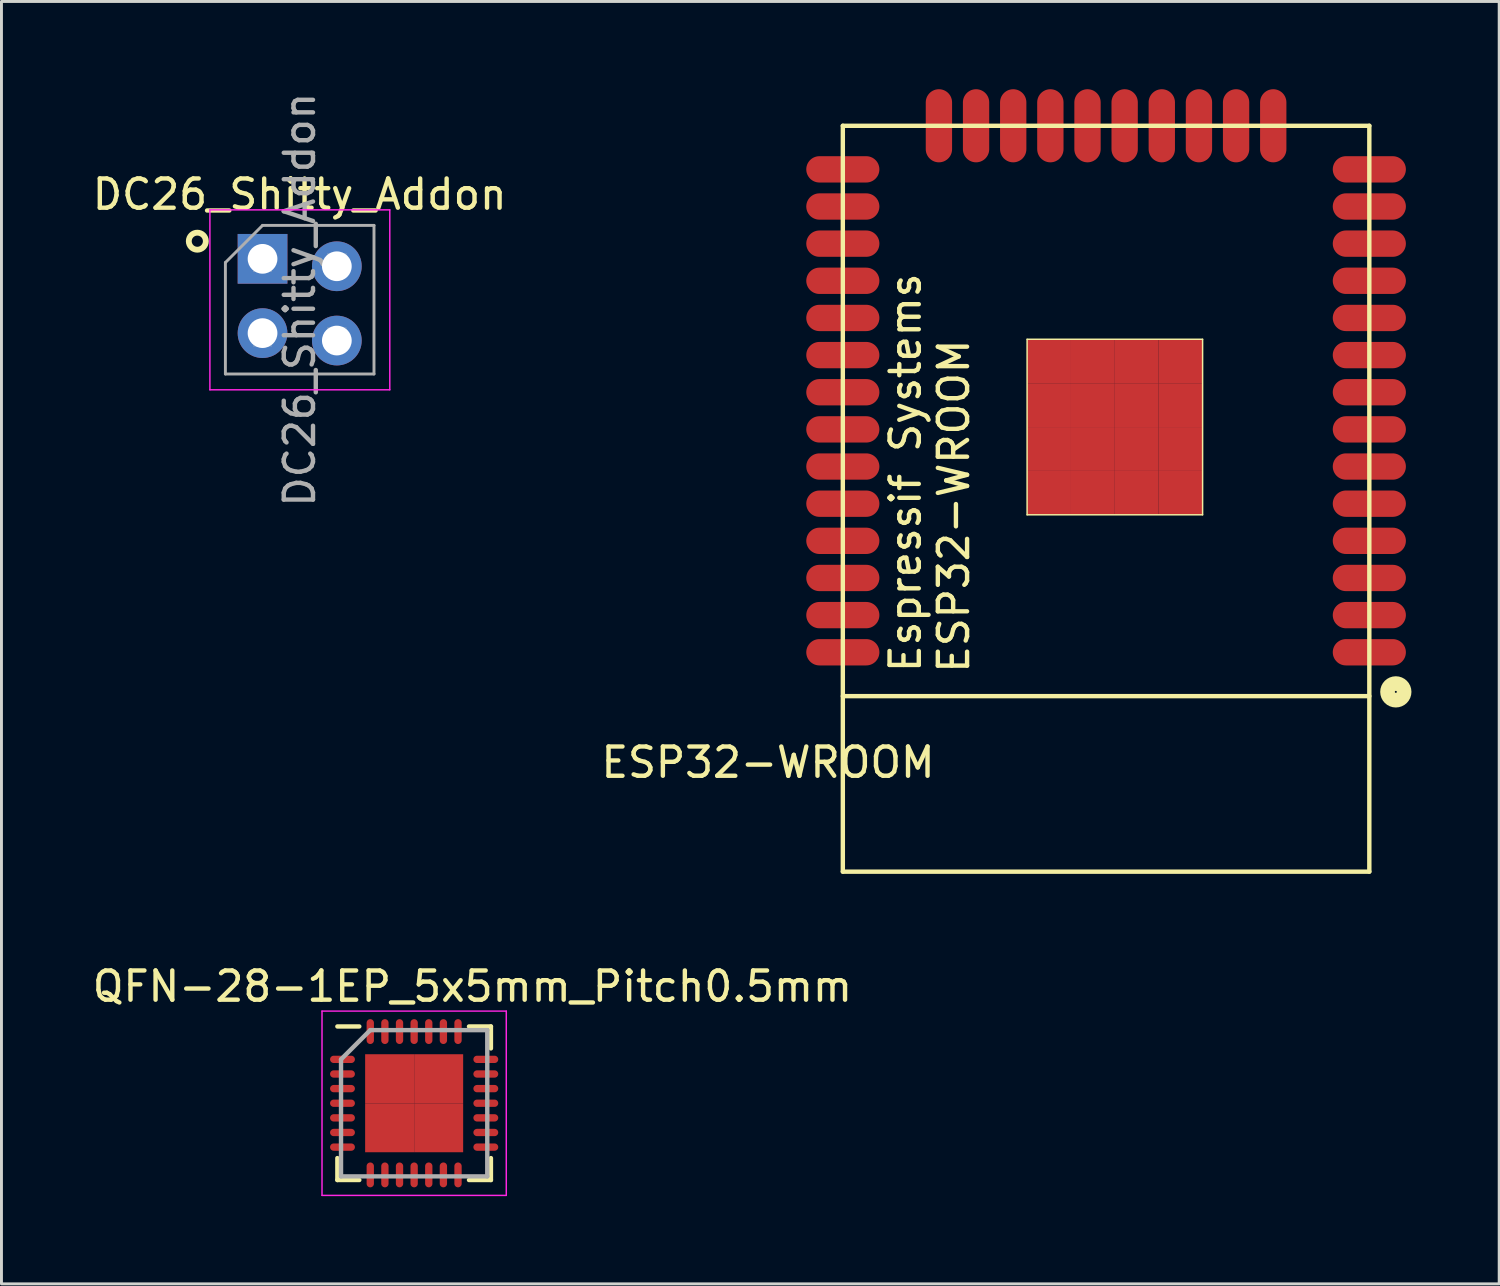
<source format=kicad_pcb>
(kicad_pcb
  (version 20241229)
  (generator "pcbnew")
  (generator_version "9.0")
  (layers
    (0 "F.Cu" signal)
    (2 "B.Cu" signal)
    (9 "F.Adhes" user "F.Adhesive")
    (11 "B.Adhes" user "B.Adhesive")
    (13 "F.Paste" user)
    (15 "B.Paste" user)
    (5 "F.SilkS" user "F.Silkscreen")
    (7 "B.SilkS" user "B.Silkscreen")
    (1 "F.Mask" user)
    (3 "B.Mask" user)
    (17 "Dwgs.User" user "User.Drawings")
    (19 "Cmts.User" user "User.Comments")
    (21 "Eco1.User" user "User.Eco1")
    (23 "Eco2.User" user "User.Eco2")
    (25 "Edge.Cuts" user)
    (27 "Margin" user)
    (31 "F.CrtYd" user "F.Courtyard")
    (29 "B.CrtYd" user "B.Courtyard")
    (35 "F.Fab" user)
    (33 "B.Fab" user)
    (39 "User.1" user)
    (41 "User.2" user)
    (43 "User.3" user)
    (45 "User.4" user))
  (footprint "ESP32-WROOM"
    (layer "F.Cu")
    (at 34.765 14)
    (property "Reference" "ESP32-WROOM" (at -11.557 9.017 0) (layer "F.SilkS") (effects (font (size 1 1) (thickness 0.15))))
    (attr smd)
    (fp_line (start -9 -12.75) (end 9 -12.75) (stroke (width 0.15) (type solid)) (layer "F.SilkS"))
    (fp_line (start -9 6.75) (end 9 6.75) (stroke (width 0.15) (type solid)) (layer "F.SilkS"))
    (fp_line (start -9 12.75) (end -9 -12.75) (stroke (width 0.15) (type solid)) (layer "F.SilkS"))
    (fp_line (start -9 12.75) (end 9 12.75) (stroke (width 0.15) (type solid)) (layer "F.SilkS"))
    (fp_line (start -2.7 -5.45) (end -2.7 0.55) (stroke (width 0.05) (type solid)) (layer "F.SilkS"))
    (fp_line (start -2.7 0.55) (end 3.3 0.55) (stroke (width 0.05) (type solid)) (layer "F.SilkS"))
    (fp_line (start 3.3 -5.45) (end -2.7 -5.45) (stroke (width 0.05) (type solid)) (layer "F.SilkS"))
    (fp_line (start 3.3 0.55) (end 3.3 -5.45) (stroke (width 0.05) (type solid)) (layer "F.SilkS"))
    (fp_line (start 9 12.75) (end 9 -12.75) (stroke (width 0.15) (type solid)) (layer "F.SilkS"))
    (fp_circle (center 9.906 6.604) (end 10.033 6.858) (stroke (width 0.5) (type solid)) (fill no) (layer "F.SilkS"))
    (fp_text user "ESP32-WROOM" (at -5.207 0.254 90) (layer "F.SilkS") (effects (font (size 1 1) (thickness 0.15))))
    (fp_text user "Espressif Systems" (at -6.858 -0.889 90) (layer "F.SilkS") (effects (font (size 1 1) (thickness 0.15))))
    (pad "1" smd oval (at 9 5.25) (size 2.5 0.9) (layers "F.Cu" "F.Mask" "F.Paste"))
    (pad "2" smd oval (at 9 3.98) (size 2.5 0.9) (layers "F.Cu" "F.Mask" "F.Paste"))
    (pad "3" smd oval (at 9 2.71) (size 2.5 0.9) (layers "F.Cu" "F.Mask" "F.Paste"))
    (pad "4" smd oval (at 9 1.44) (size 2.5 0.9) (layers "F.Cu" "F.Mask" "F.Paste"))
    (pad "5" smd oval (at 9 0.17) (size 2.5 0.9) (layers "F.Cu" "F.Mask" "F.Paste"))
    (pad "6" smd oval (at 9 -1.1) (size 2.5 0.9) (layers "F.Cu" "F.Mask" "F.Paste"))
    (pad "7" smd oval (at 9 -2.37) (size 2.5 0.9) (layers "F.Cu" "F.Mask" "F.Paste"))
    (pad "8" smd oval (at 9 -3.64) (size 2.5 0.9) (layers "F.Cu" "F.Mask" "F.Paste"))
    (pad "9" smd oval (at 9 -4.91) (size 2.5 0.9) (layers "F.Cu" "F.Mask" "F.Paste"))
    (pad "10" smd oval (at 9 -6.18) (size 2.5 0.9) (layers "F.Cu" "F.Mask" "F.Paste"))
    (pad "11" smd oval (at 9 -7.45) (size 2.5 0.9) (layers "F.Cu" "F.Mask" "F.Paste"))
    (pad "12" smd oval (at 9 -8.72) (size 2.5 0.9) (layers "F.Cu" "F.Mask" "F.Paste"))
    (pad "13" smd oval (at 9 -9.99) (size 2.5 0.9) (layers "F.Cu" "F.Mask" "F.Paste"))
    (pad "14" smd oval (at 9 -11.26) (size 2.5 0.9) (layers "F.Cu" "F.Mask" "F.Paste"))
    (pad "15" smd oval (at 5.715 -12.75) (size 0.9 2.5) (layers "F.Cu" "F.Mask" "F.Paste"))
    (pad "16" smd oval (at 4.445 -12.75) (size 0.9 2.5) (layers "F.Cu" "F.Mask" "F.Paste"))
    (pad "17" smd oval (at 3.175 -12.75) (size 0.9 2.5) (layers "F.Cu" "F.Mask" "F.Paste"))
    (pad "18" smd oval (at 1.905 -12.75) (size 0.9 2.5) (layers "F.Cu" "F.Mask" "F.Paste"))
    (pad "19" smd oval (at 0.635 -12.75) (size 0.9 2.5) (layers "F.Cu" "F.Mask" "F.Paste"))
    (pad "20" smd oval (at -0.635 -12.75) (size 0.9 2.5) (layers "F.Cu" "F.Mask" "F.Paste"))
    (pad "21" smd oval (at -1.905 -12.75) (size 0.9 2.5) (layers "F.Cu" "F.Mask" "F.Paste"))
    (pad "22" smd oval (at -3.175 -12.75) (size 0.9 2.5) (layers "F.Cu" "F.Mask" "F.Paste"))
    (pad "23" smd oval (at -4.445 -12.75) (size 0.9 2.5) (layers "F.Cu" "F.Mask" "F.Paste"))
    (pad "24" smd oval (at -5.715 -12.75) (size 0.9 2.5) (layers "F.Cu" "F.Mask" "F.Paste"))
    (pad "25" smd oval (at -9 -11.26) (size 2.5 0.9) (layers "F.Cu" "F.Mask" "F.Paste"))
    (pad "26" smd oval (at -9 -9.99) (size 2.5 0.9) (layers "F.Cu" "F.Mask" "F.Paste"))
    (pad "27" smd oval (at -9 -8.72) (size 2.5 0.9) (layers "F.Cu" "F.Mask" "F.Paste"))
    (pad "28" smd oval (at -9 -7.45) (size 2.5 0.9) (layers "F.Cu" "F.Mask" "F.Paste"))
    (pad "29" smd oval (at -9 -6.18) (size 2.5 0.9) (layers "F.Cu" "F.Mask" "F.Paste"))
    (pad "30" smd oval (at -9 -4.91) (size 2.5 0.9) (layers "F.Cu" "F.Mask" "F.Paste"))
    (pad "31" smd oval (at -9 -3.64) (size 2.5 0.9) (layers "F.Cu" "F.Mask" "F.Paste"))
    (pad "32" smd oval (at -9 -2.37) (size 2.5 0.9) (layers "F.Cu" "F.Mask" "F.Paste"))
    (pad "33" smd oval (at -9 -1.1) (size 2.5 0.9) (layers "F.Cu" "F.Mask" "F.Paste"))
    (pad "34" smd oval (at -9 0.17) (size 2.5 0.9) (layers "F.Cu" "F.Mask" "F.Paste"))
    (pad "35" smd oval (at -9 1.44) (size 2.5 0.9) (layers "F.Cu" "F.Mask" "F.Paste"))
    (pad "36" smd oval (at -9 2.71) (size 2.5 0.9) (layers "F.Cu" "F.Mask" "F.Paste"))
    (pad "37" smd oval (at -9 3.98) (size 2.5 0.9) (layers "F.Cu" "F.Mask" "F.Paste"))
    (pad "38" smd oval (at -9 5.25) (size 2.5 0.9) (layers "F.Cu" "F.Mask" "F.Paste"))
    (pad "39" smd rect (at -1.95 -4.7) (size 1.5 1.5) (layers "F.Cu" "F.Mask" "F.Paste"))
    (pad "39" smd rect (at -1.95 -3.2) (size 1.5 1.5) (layers "F.Cu" "F.Mask" "F.Paste"))
    (pad "39" smd rect (at -1.95 -1.7) (size 1.5 1.5) (layers "F.Cu" "F.Mask" "F.Paste"))
    (pad "39" smd rect (at -1.95 -0.2) (size 1.5 1.5) (layers "F.Cu" "F.Mask" "F.Paste"))
    (pad "39" smd rect (at -0.45 -4.7) (size 1.5 1.5) (layers "F.Cu" "F.Mask" "F.Paste"))
    (pad "39" smd rect (at -0.45 -3.2) (size 1.5 1.5) (layers "F.Cu" "F.Mask" "F.Paste"))
    (pad "39" smd rect (at -0.45 -1.7) (size 1.5 1.5) (layers "F.Cu" "F.Mask" "F.Paste"))
    (pad "39" smd rect (at -0.45 -0.2) (size 1.5 1.5) (layers "F.Cu" "F.Mask" "F.Paste"))
    (pad "39" smd rect (at 1.05 -4.7) (size 1.5 1.5) (layers "F.Cu" "F.Mask" "F.Paste"))
    (pad "39" smd rect (at 1.05 -3.2) (size 1.5 1.5) (layers "F.Cu" "F.Mask" "F.Paste"))
    (pad "39" smd rect (at 1.05 -1.7) (size 1.5 1.5) (layers "F.Cu" "F.Mask" "F.Paste"))
    (pad "39" smd rect (at 1.05 -0.2) (size 1.5 1.5) (layers "F.Cu" "F.Mask" "F.Paste"))
    (pad "39" smd rect (at 2.55 -4.7) (size 1.5 1.5) (layers "F.Cu" "F.Mask" "F.Paste"))
    (pad "39" smd rect (at 2.55 -3.2) (size 1.5 1.5) (layers "F.Cu" "F.Mask" "F.Paste"))
    (pad "39" smd rect (at 2.55 -1.7) (size 1.5 1.5) (layers "F.Cu" "F.Mask" "F.Paste"))
    (pad "39" smd rect (at 2.55 -0.2) (size 1.5 1.5) (layers "F.Cu" "F.Mask" "F.Paste")))
  (footprint "DC26_Shitty_Addon"
    (layer "F.Cu")
    (at 7.196 7.196)
    (property "Reference" "DC26_Shitty_Addon" (at 0 -3.6 0) (layer "F.SilkS") (effects (font (size 1 1) (thickness 0.15))))
    (attr through_hole)
    (fp_circle (center -3.5 -2) (end -3.35 -1.75) (stroke (width 0.2) (type solid)) (fill no) (layer "F.SilkS"))
    (fp_line (start -3.07 -3.07) (end -3.07 3.08) (stroke (width 0.05) (type solid)) (layer "F.CrtYd"))
    (fp_line (start -3.07 3.08) (end 3.08 3.08) (stroke (width 0.05) (type solid)) (layer "F.CrtYd"))
    (fp_line (start 3.08 -3.07) (end -3.07 -3.07) (stroke (width 0.05) (type solid)) (layer "F.CrtYd"))
    (fp_line (start 3.08 3.08) (end 3.08 -3.07) (stroke (width 0.05) (type solid)) (layer "F.CrtYd"))
    (fp_line (start -2.54 -1.27) (end -1.27 -2.54) (stroke (width 0.1) (type solid)) (layer "F.Fab"))
    (fp_line (start -2.54 2.54) (end -2.54 -1.27) (stroke (width 0.1) (type solid)) (layer "F.Fab"))
    (fp_line (start -1.587 -1.587) (end -0.953 -1.587) (stroke (width 0.01) (type solid)) (layer "F.Fab"))
    (fp_line (start -1.587 -0.953) (end -1.587 -1.587) (stroke (width 0.01) (type solid)) (layer "F.Fab"))
    (fp_line (start -1.587 -0.953) (end -0.953 -0.953) (stroke (width 0.01) (type solid)) (layer "F.Fab"))
    (fp_line (start -1.587 0.953) (end -0.953 0.953) (stroke (width 0.01) (type solid)) (layer "F.Fab"))
    (fp_line (start -1.587 1.587) (end -1.587 0.953) (stroke (width 0.01) (type solid)) (layer "F.Fab"))
    (fp_line (start -1.587 1.587) (end -0.953 1.587) (stroke (width 0.01) (type solid)) (layer "F.Fab"))
    (fp_line (start -1.27 -2.54) (end 2.54 -2.54) (stroke (width 0.1) (type solid)) (layer "F.Fab"))
    (fp_line (start -0.953 -0.953) (end -0.953 -1.587) (stroke (width 0.01) (type solid)) (layer "F.Fab"))
    (fp_line (start -0.953 1.587) (end -0.953 0.953) (stroke (width 0.01) (type solid)) (layer "F.Fab"))
    (fp_line (start 0.953 -1.587) (end 1.587 -1.587) (stroke (width 0.01) (type solid)) (layer "F.Fab"))
    (fp_line (start 0.953 -0.953) (end 0.953 -1.587) (stroke (width 0.01) (type solid)) (layer "F.Fab"))
    (fp_line (start 0.953 -0.953) (end 1.587 -0.953) (stroke (width 0.01) (type solid)) (layer "F.Fab"))
    (fp_line (start 0.953 0.953) (end 1.587 0.953) (stroke (width 0.01) (type solid)) (layer "F.Fab"))
    (fp_line (start 0.953 1.587) (end 0.953 0.953) (stroke (width 0.01) (type solid)) (layer "F.Fab"))
    (fp_line (start 0.953 1.587) (end 1.587 1.587) (stroke (width 0.01) (type solid)) (layer "F.Fab"))
    (fp_line (start 1.587 -0.953) (end 1.587 -1.587) (stroke (width 0.01) (type solid)) (layer "F.Fab"))
    (fp_line (start 1.587 1.587) (end 1.587 0.953) (stroke (width 0.01) (type solid)) (layer "F.Fab"))
    (fp_line (start 2.54 -2.54) (end 2.54 2.54) (stroke (width 0.1) (type solid)) (layer "F.Fab"))
    (fp_line (start 2.54 2.54) (end -2.54 2.54) (stroke (width 0.1) (type solid)) (layer "F.Fab"))
    (fp_text user "${REFERENCE}" (at 0 0 90) (layer "F.Fab") (effects (font (size 1 1) (thickness 0.15))))
    (pad "1" thru_hole rect (at -1.27 -1.397) (size 1.7 1.7) (drill 1.016) (layers "*.Cu" "*.Mask"))
    (pad "2" thru_hole oval (at 1.27 -1.143) (size 1.7 1.7) (drill 1.016) (layers "*.Cu" "*.Mask"))
    (pad "3" thru_hole oval (at -1.27 1.143) (size 1.7 1.7) (drill 1.016) (layers "*.Cu" "*.Mask"))
    (pad "4" thru_hole oval (at 1.27 1.397) (size 1.7 1.7) (drill 1.016) (layers "*.Cu" "*.Mask")))
  (footprint "QFN-28-1EP_5x5mm_Pitch0.5mm"
    (layer "F.Cu")
    (at 11.109 34.668)
    (property "Reference" "QFN-28-1EP_5x5mm_Pitch0.5mm" (at 1.993 -3.995 0) (layer "F.SilkS") (effects (font (size 1 1) (thickness 0.15))))
    (attr smd)
    (fp_line (start -2.625 -2.625) (end -1.875 -2.625) (stroke (width 0.15) (type solid)) (layer "F.SilkS"))
    (fp_line (start -2.625 2.625) (end -2.625 1.875) (stroke (width 0.15) (type solid)) (layer "F.SilkS"))
    (fp_line (start -2.625 2.625) (end -1.875 2.625) (stroke (width 0.15) (type solid)) (layer "F.SilkS"))
    (fp_line (start 2.625 -2.625) (end 1.875 -2.625) (stroke (width 0.15) (type solid)) (layer "F.SilkS"))
    (fp_line (start 2.625 -2.625) (end 2.625 -1.875) (stroke (width 0.15) (type solid)) (layer "F.SilkS"))
    (fp_line (start 2.625 2.625) (end 1.875 2.625) (stroke (width 0.15) (type solid)) (layer "F.SilkS"))
    (fp_line (start 2.625 2.625) (end 2.625 1.875) (stroke (width 0.15) (type solid)) (layer "F.SilkS"))
    (fp_line (start -3.15 -3.15) (end -3.15 3.15) (stroke (width 0.05) (type solid)) (layer "F.CrtYd"))
    (fp_line (start -3.15 -3.15) (end 3.15 -3.15) (stroke (width 0.05) (type solid)) (layer "F.CrtYd"))
    (fp_line (start -3.15 3.15) (end 3.15 3.15) (stroke (width 0.05) (type solid)) (layer "F.CrtYd"))
    (fp_line (start 3.15 -3.15) (end 3.15 3.15) (stroke (width 0.05) (type solid)) (layer "F.CrtYd"))
    (fp_line (start -2.5 -1.5) (end -1.5 -2.5) (stroke (width 0.15) (type solid)) (layer "F.Fab"))
    (fp_line (start -2.5 2.5) (end -2.5 -1.5) (stroke (width 0.15) (type solid)) (layer "F.Fab"))
    (fp_line (start -1.5 -2.5) (end 2.5 -2.5) (stroke (width 0.15) (type solid)) (layer "F.Fab"))
    (fp_line (start 2.5 -2.5) (end 2.5 2.5) (stroke (width 0.15) (type solid)) (layer "F.Fab"))
    (fp_line (start 2.5 2.5) (end -2.5 2.5) (stroke (width 0.15) (type solid)) (layer "F.Fab"))
    (pad "1" smd oval (at -2.45 -1.5) (size 0.85 0.25) (layers "F.Cu" "F.Mask" "F.Paste"))
    (pad "2" smd oval (at -2.45 -1) (size 0.85 0.25) (layers "F.Cu" "F.Mask" "F.Paste"))
    (pad "3" smd oval (at -2.45 -0.5) (size 0.85 0.25) (layers "F.Cu" "F.Mask" "F.Paste"))
    (pad "4" smd oval (at -2.45 0) (size 0.85 0.25) (layers "F.Cu" "F.Mask" "F.Paste"))
    (pad "5" smd oval (at -2.45 0.5) (size 0.85 0.25) (layers "F.Cu" "F.Mask" "F.Paste"))
    (pad "6" smd oval (at -2.45 1) (size 0.85 0.25) (layers "F.Cu" "F.Mask" "F.Paste"))
    (pad "7" smd oval (at -2.45 1.5) (size 0.85 0.25) (layers "F.Cu" "F.Mask" "F.Paste"))
    (pad "8" smd oval (at -1.5 2.45 90) (size 0.85 0.25) (layers "F.Cu" "F.Mask" "F.Paste"))
    (pad "9" smd oval (at -1 2.45 90) (size 0.85 0.25) (layers "F.Cu" "F.Mask" "F.Paste"))
    (pad "10" smd oval (at -0.5 2.45 90) (size 0.85 0.25) (layers "F.Cu" "F.Mask" "F.Paste"))
    (pad "11" smd oval (at 0 2.45 90) (size 0.85 0.25) (layers "F.Cu" "F.Mask" "F.Paste"))
    (pad "12" smd oval (at 0.5 2.45 90) (size 0.85 0.25) (layers "F.Cu" "F.Mask" "F.Paste"))
    (pad "13" smd oval (at 1 2.45 90) (size 0.85 0.25) (layers "F.Cu" "F.Mask" "F.Paste"))
    (pad "14" smd oval (at 1.5 2.45 90) (size 0.85 0.25) (layers "F.Cu" "F.Mask" "F.Paste"))
    (pad "15" smd oval (at 2.45 1.5) (size 0.85 0.25) (layers "F.Cu" "F.Mask" "F.Paste"))
    (pad "16" smd oval (at 2.45 1) (size 0.85 0.25) (layers "F.Cu" "F.Mask" "F.Paste"))
    (pad "17" smd oval (at 2.45 0.5) (size 0.85 0.25) (layers "F.Cu" "F.Mask" "F.Paste"))
    (pad "18" smd oval (at 2.45 0) (size 0.85 0.25) (layers "F.Cu" "F.Mask" "F.Paste"))
    (pad "19" smd oval (at 2.45 -0.5) (size 0.85 0.25) (layers "F.Cu" "F.Mask" "F.Paste"))
    (pad "20" smd oval (at 2.45 -1) (size 0.85 0.25) (layers "F.Cu" "F.Mask" "F.Paste"))
    (pad "21" smd oval (at 2.45 -1.5) (size 0.85 0.25) (layers "F.Cu" "F.Mask" "F.Paste"))
    (pad "22" smd oval (at 1.5 -2.45 90) (size 0.85 0.25) (layers "F.Cu" "F.Mask" "F.Paste"))
    (pad "23" smd oval (at 1 -2.45 90) (size 0.85 0.25) (layers "F.Cu" "F.Mask" "F.Paste"))
    (pad "24" smd oval (at 0.5 -2.45 90) (size 0.85 0.25) (layers "F.Cu" "F.Mask" "F.Paste"))
    (pad "25" smd oval (at 0 -2.45 90) (size 0.85 0.25) (layers "F.Cu" "F.Mask" "F.Paste"))
    (pad "26" smd oval (at -0.5 -2.45 90) (size 0.85 0.25) (layers "F.Cu" "F.Mask" "F.Paste"))
    (pad "27" smd oval (at -1 -2.45 90) (size 0.85 0.25) (layers "F.Cu" "F.Mask" "F.Paste"))
    (pad "28" smd oval (at -1.5 -2.45 90) (size 0.85 0.25) (layers "F.Cu" "F.Mask" "F.Paste"))
    (pad "29" smd rect (at -0.838 -0.838) (size 1.675 1.675) (layers "F.Cu" "F.Mask" "F.Paste"))
    (pad "29" smd rect (at -0.838 0.838) (size 1.675 1.675) (layers "F.Cu" "F.Mask" "F.Paste"))
    (pad "29" smd rect (at 0.838 -0.838) (size 1.675 1.675) (layers "F.Cu" "F.Mask" "F.Paste"))
    (pad "29" smd rect (at 0.838 0.838) (size 1.675 1.675) (layers "F.Cu" "F.Mask" "F.Paste")))
  (gr_rect
    (start -3 -3)
    (end 48.205 40.843)
    (stroke (width 0.1) (type default))
    (fill no)
    (layer "Edge.Cuts")))
</source>
